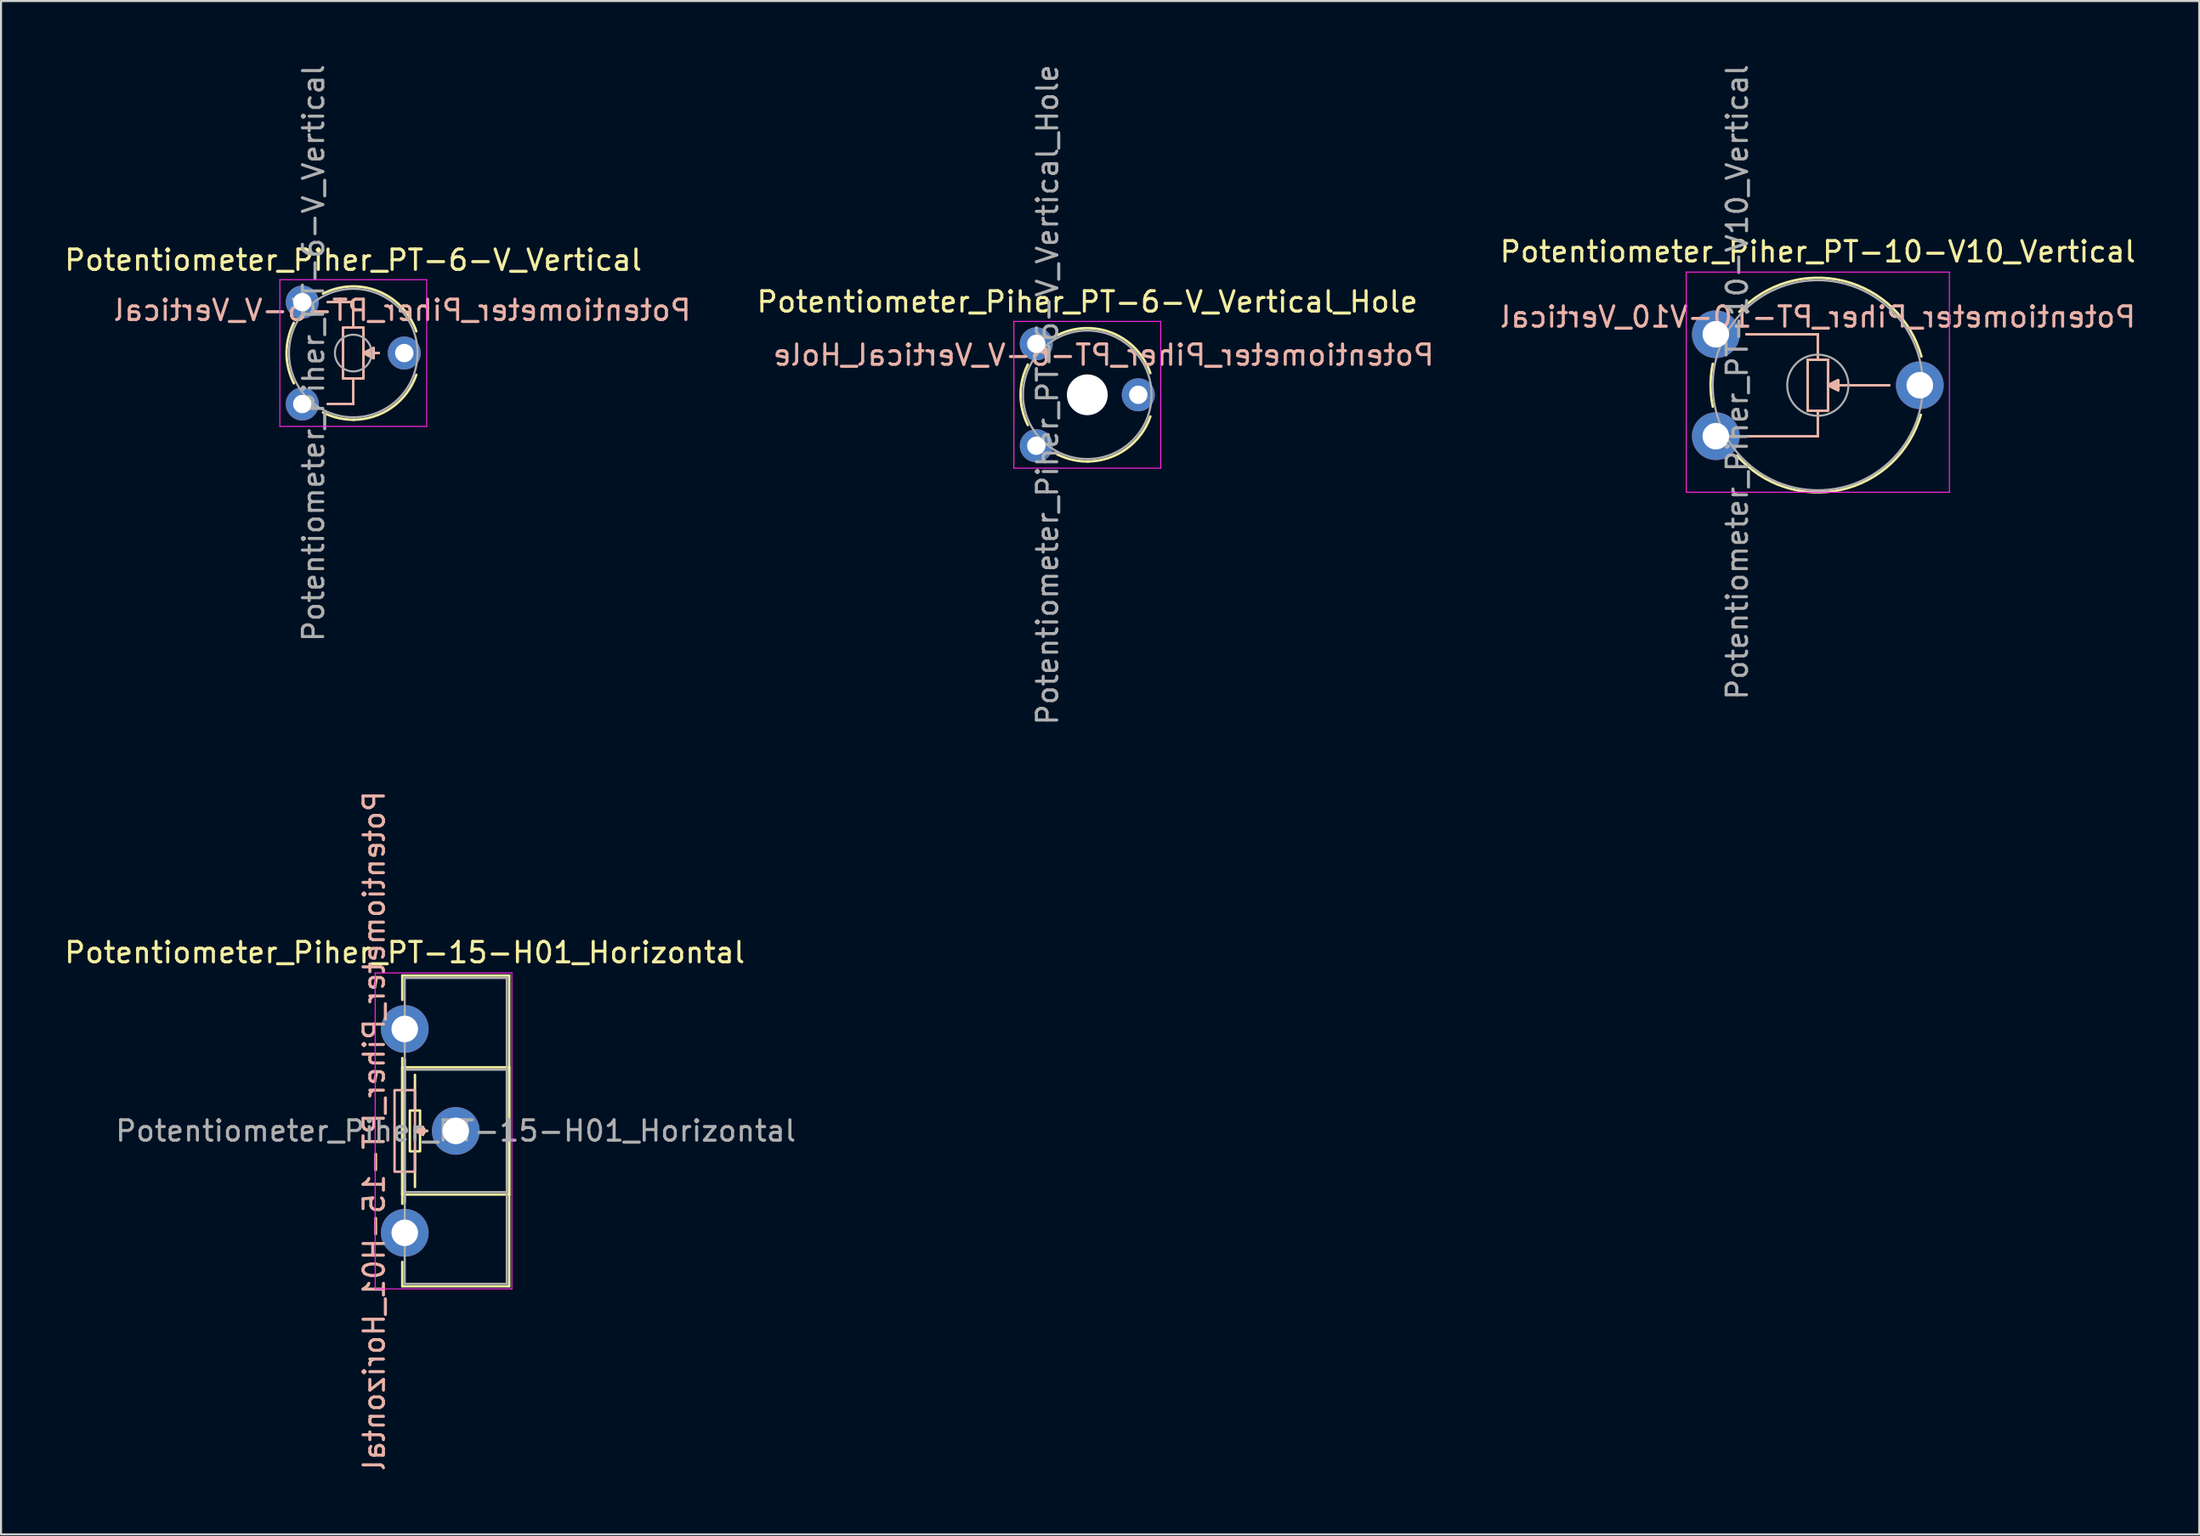
<source format=kicad_pcb>
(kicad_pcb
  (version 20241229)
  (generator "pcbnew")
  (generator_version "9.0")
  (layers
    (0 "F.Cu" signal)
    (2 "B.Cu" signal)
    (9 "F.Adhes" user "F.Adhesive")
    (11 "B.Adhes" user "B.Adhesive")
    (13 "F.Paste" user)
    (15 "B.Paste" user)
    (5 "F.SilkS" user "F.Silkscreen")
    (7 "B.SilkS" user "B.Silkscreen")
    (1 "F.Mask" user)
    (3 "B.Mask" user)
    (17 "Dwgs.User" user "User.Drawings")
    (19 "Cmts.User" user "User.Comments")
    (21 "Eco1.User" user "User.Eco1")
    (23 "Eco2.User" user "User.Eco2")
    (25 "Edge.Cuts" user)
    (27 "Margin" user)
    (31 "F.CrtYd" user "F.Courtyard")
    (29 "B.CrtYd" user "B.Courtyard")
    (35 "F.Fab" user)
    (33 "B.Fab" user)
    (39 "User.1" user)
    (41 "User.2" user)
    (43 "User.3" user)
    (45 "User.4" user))
  (footprint "Potentiometer_Piher_PT-10-V10_Vertical"
    (layer "F.Cu")
    (at 81.063 18.346)
    (property "Reference" "Potentiometer_Piher_PT-10-V10_Vertical" (at 5 -9.05 0) (layer "F.SilkS") (effects (font (size 1 1) (thickness 0.15))))
    (attr through_hole)
    (fp_line (start 5 -5) (end 1.5 -5) (stroke (width 0.12) (type solid)) (layer "F.SilkS"))
    (fp_line (start 5 -3.75) (end 5 -5) (stroke (width 0.12) (type solid)) (layer "F.SilkS"))
    (fp_line (start 5 -1.25) (end 5 0) (stroke (width 0.12) (type solid)) (layer "F.SilkS"))
    (fp_line (start 5 0) (end 1.5 0) (stroke (width 0.12) (type solid)) (layer "F.SilkS"))
    (fp_line (start 5.5 -2.5) (end 8.5 -2.5) (stroke (width 0.12) (type solid)) (layer "F.SilkS"))
    (fp_rect (start 4.5 -3.75) (end 5.5 -1.25) (stroke (width 0.12) (type solid)) (fill no) (layer "F.SilkS"))
    (fp_arc (start -0.15 -1.45) (mid -0.255949 -2.5) (end -0.15 -3.55) (stroke (width 0.12) (type solid)) (layer "F.SilkS"))
    (fp_arc (start 1.150001 -6.099999) (mid 6.256537 -7.618945) (end 10.079336 -3.908133) (stroke (width 0.12) (type solid)) (layer "F.SilkS"))
    (fp_arc (start 10.05 -1.05) (mid 6.142297 2.628368) (end 1.042826 0.956266) (stroke (width 0.12) (type solid)) (layer "F.SilkS"))
    (fp_poly (pts (xy 6 -2.25) (xy 5.5 -2.5) (xy 6 -2.75)) (stroke (width 0.12) (type solid)) (fill yes) (layer "F.SilkS"))
    (fp_line (start 1.5 -5) (end 5 -5) (stroke (width 0.12) (type solid)) (layer "B.SilkS"))
    (fp_line (start 1.5 0) (end 5 0) (stroke (width 0.12) (type solid)) (layer "B.SilkS"))
    (fp_line (start 5 -5) (end 5 -3.75) (stroke (width 0.12) (type solid)) (layer "B.SilkS"))
    (fp_line (start 5 0) (end 5 -1.25) (stroke (width 0.12) (type solid)) (layer "B.SilkS"))
    (fp_line (start 8.5 -2.5) (end 5.5 -2.5) (stroke (width 0.12) (type solid)) (layer "B.SilkS"))
    (fp_rect (start 4.5 -3.75) (end 5.5 -1.25) (stroke (width 0.12) (type solid)) (fill no) (layer "B.SilkS"))
    (fp_poly (pts (xy 6 -2.25) (xy 5.5 -2.5) (xy 6 -2.75)) (stroke (width 0.12) (type solid)) (fill yes) (layer "B.SilkS"))
    (fp_line (start -1.45 -8.05) (end -1.45 2.75) (stroke (width 0.05) (type solid)) (layer "F.CrtYd"))
    (fp_line (start -1.45 2.75) (end 11.45 2.75) (stroke (width 0.05) (type solid)) (layer "F.CrtYd"))
    (fp_line (start 11.45 -8.05) (end -1.45 -8.05) (stroke (width 0.05) (type solid)) (layer "F.CrtYd"))
    (fp_line (start 11.45 2.75) (end 11.45 -8.05) (stroke (width 0.05) (type solid)) (layer "F.CrtYd"))
    (fp_circle (center 5 -2.5) (end 6.5 -2.5) (stroke (width 0.1) (type solid)) (fill no) (layer "F.Fab"))
    (fp_circle (center 5 -2.5) (end 10.15 -2.5) (stroke (width 0.1) (type solid)) (fill no) (layer "F.Fab"))
    (fp_text user "${REFERENCE}" (at 5 -5.85 0) (unlocked yes) (layer "B.SilkS") (effects (font (size 1 1) (thickness 0.15)) (justify mirror)))
    (fp_text user "${REFERENCE}" (at 1.05 -2.65 90) (layer "F.Fab") (effects (font (size 1 1) (thickness 0.15))))
    (pad "1" thru_hole circle (at 0 0) (size 2.34 2.34) (drill 1.3) (layers "*.Cu" "*.Mask"))
    (pad "2" thru_hole circle (at 10 -2.5) (size 2.34 2.34) (drill 1.3) (layers "*.Cu" "*.Mask"))
    (pad "3" thru_hole circle (at 0 -5) (size 2.34 2.34) (drill 1.3) (layers "*.Cu" "*.Mask")))
  (footprint "Potentiometer_Piher_PT-6-V_Vertical_Hole"
    (layer "F.Cu")
    (at 47.751 18.815)
    (property "Reference" "Potentiometer_Piher_PT-6-V_Vertical_Hole" (at 2.5 -7.06 0) (layer "F.SilkS") (effects (font (size 1 1) (thickness 0.15))))
    (attr through_hole)
    (fp_arc (start -0.413387 -1.014798) (mid -0.770114 -2.499325) (end -0.414 -3.984) (stroke (width 0.12) (type solid)) (layer "F.SilkS"))
    (fp_arc (start 1.016032 -5.413829) (mid 3.725524 -5.531609) (end 5.592 -3.564) (stroke (width 0.12) (type solid)) (layer "F.SilkS"))
    (fp_arc (start 2.556863 0.770075) (mid 1.764071 0.686696) (end 1.015 0.414) (stroke (width 0.12) (type solid)) (layer "F.SilkS"))
    (fp_arc (start 5.591846 -1.435392) (mid 4.398899 0.162158) (end 2.5 0.77) (stroke (width 0.12) (type solid)) (layer "F.SilkS"))
    (fp_line (start -1.1 -6.1) (end -1.1 1.1) (stroke (width 0.05) (type solid)) (layer "F.CrtYd"))
    (fp_line (start -1.1 1.1) (end 6.1 1.1) (stroke (width 0.05) (type solid)) (layer "F.CrtYd"))
    (fp_line (start 6.1 -6.1) (end -1.1 -6.1) (stroke (width 0.05) (type solid)) (layer "F.CrtYd"))
    (fp_line (start 6.1 1.1) (end 6.1 -6.1) (stroke (width 0.05) (type solid)) (layer "F.CrtYd"))
    (fp_circle (center 2.5 -2.5) (end 5.65 -2.5) (stroke (width 0.1) (type solid)) (fill no) (layer "F.Fab"))
    (fp_text user "${REFERENCE}" (at 3.3 -4.45 0) (unlocked yes) (layer "B.SilkS") (effects (font (size 1 1) (thickness 0.15)) (justify mirror)))
    (fp_text user "${REFERENCE}" (at 0.55 -2.5 90) (layer "F.Fab") (effects (font (size 1 1) (thickness 0.15))))
    (pad "" np_thru_hole circle (at 2.5 -2.5) (size 2 2) (drill 2) (layers "*.Cu" "*.Mask"))
    (pad "1" thru_hole circle (at 0 0) (size 1.62 1.62) (drill 0.9) (layers "*.Cu" "*.Mask"))
    (pad "2" thru_hole circle (at 5 -2.5) (size 1.62 1.62) (drill 0.9) (layers "*.Cu" "*.Mask"))
    (pad "3" thru_hole circle (at 0 -5) (size 1.62 1.62) (drill 0.9) (layers "*.Cu" "*.Mask")))
  (footprint "Potentiometer_Piher_PT-6-V_Vertical"
    (layer "F.Cu")
    (at 11.768 16.768)
    (property "Reference" "Potentiometer_Piher_PT-6-V_Vertical" (at 2.5 -7.06 0) (layer "F.SilkS") (effects (font (size 1 1) (thickness 0.15))))
    (attr through_hole)
    (fp_line (start 2.5 -5) (end 1.25 -5) (stroke (width 0.12) (type solid)) (layer "F.SilkS"))
    (fp_line (start 2.5 -3.75) (end 2.5 -5) (stroke (width 0.12) (type solid)) (layer "F.SilkS"))
    (fp_line (start 2.5 -1.25) (end 2.5 0) (stroke (width 0.12) (type solid)) (layer "F.SilkS"))
    (fp_line (start 2.5 0) (end 1.25 0) (stroke (width 0.12) (type solid)) (layer "F.SilkS"))
    (fp_line (start 3 -2.5) (end 3.75 -2.5) (stroke (width 0.12) (type solid)) (layer "F.SilkS"))
    (fp_rect (start 2 -3.75) (end 3 -1.25) (stroke (width 0.12) (type solid)) (fill no) (layer "F.SilkS"))
    (fp_arc (start -0.413387 -1.014798) (mid -0.770114 -2.499325) (end -0.414 -3.984) (stroke (width 0.12) (type solid)) (layer "F.SilkS"))
    (fp_arc (start 1.016032 -5.413829) (mid 3.725524 -5.531609) (end 5.592 -3.564) (stroke (width 0.12) (type solid)) (layer "F.SilkS"))
    (fp_arc (start 2.556863 0.770075) (mid 1.764071 0.686696) (end 1.015 0.414) (stroke (width 0.12) (type solid)) (layer "F.SilkS"))
    (fp_arc (start 5.591846 -1.435392) (mid 4.398899 0.162158) (end 2.5 0.77) (stroke (width 0.12) (type solid)) (layer "F.SilkS"))
    (fp_poly (pts (xy 3.5 -2.25) (xy 3 -2.5) (xy 3.5 -2.75)) (stroke (width 0.12) (type solid)) (fill yes) (layer "F.SilkS"))
    (fp_line (start 1.25 -5) (end 2.5 -5) (stroke (width 0.12) (type solid)) (layer "B.SilkS"))
    (fp_line (start 1.25 0) (end 2.5 0) (stroke (width 0.12) (type solid)) (layer "B.SilkS"))
    (fp_line (start 2.5 -5) (end 2.5 -3.75) (stroke (width 0.12) (type solid)) (layer "B.SilkS"))
    (fp_line (start 2.5 0) (end 2.5 -1.25) (stroke (width 0.12) (type solid)) (layer "B.SilkS"))
    (fp_line (start 3.75 -2.5) (end 3 -2.5) (stroke (width 0.12) (type solid)) (layer "B.SilkS"))
    (fp_rect (start 2 -3.75) (end 3 -1.25) (stroke (width 0.12) (type solid)) (fill no) (layer "B.SilkS"))
    (fp_poly (pts (xy 3.5 -2.25) (xy 3 -2.5) (xy 3.5 -2.75)) (stroke (width 0.12) (type solid)) (fill yes) (layer "B.SilkS"))
    (fp_line (start -1.1 -6.1) (end -1.1 1.1) (stroke (width 0.05) (type solid)) (layer "F.CrtYd"))
    (fp_line (start -1.1 1.1) (end 6.1 1.1) (stroke (width 0.05) (type solid)) (layer "F.CrtYd"))
    (fp_line (start 6.1 -6.1) (end -1.1 -6.1) (stroke (width 0.05) (type solid)) (layer "F.CrtYd"))
    (fp_line (start 6.1 1.1) (end 6.1 -6.1) (stroke (width 0.05) (type solid)) (layer "F.CrtYd"))
    (fp_circle (center 2.5 -2.5) (end 3.4 -2.5) (stroke (width 0.1) (type solid)) (fill no) (layer "F.Fab"))
    (fp_circle (center 2.5 -2.5) (end 5.65 -2.5) (stroke (width 0.1) (type solid)) (fill no) (layer "F.Fab"))
    (fp_text user "${REFERENCE}" (at 4.9 -4.6 0) (unlocked yes) (layer "B.SilkS") (effects (font (size 1 1) (thickness 0.15)) (justify mirror)))
    (fp_text user "${REFERENCE}" (at 0.55 -2.5 90) (layer "F.Fab") (effects (font (size 1 1) (thickness 0.15))))
    (pad "1" thru_hole circle (at 0 0) (size 1.62 1.62) (drill 0.9) (layers "*.Cu" "*.Mask"))
    (pad "2" thru_hole circle (at 5 -2.5) (size 1.62 1.62) (drill 0.9) (layers "*.Cu" "*.Mask"))
    (pad "3" thru_hole circle (at 0 -5) (size 1.62 1.62) (drill 0.9) (layers "*.Cu" "*.Mask")))
  (footprint "Potentiometer_Piher_PT-15-H01_Horizontal"
    (layer "F.Cu")
    (at 16.792 47.423)
    (property "Reference" "Potentiometer_Piher_PT-15-H01_Horizontal" (at 0 -3.75 0) (layer "F.SilkS") (effects (font (size 1 1) (thickness 0.15))))
    (attr through_hole)
    (fp_line (start -0.121 -2.62) (end -0.121 -1.426) (stroke (width 0.12) (type solid)) (layer "F.SilkS"))
    (fp_line (start -0.121 -2.62) (end 5.12 -2.62) (stroke (width 0.12) (type solid)) (layer "F.SilkS"))
    (fp_line (start -0.121 1.426) (end -0.121 8.575) (stroke (width 0.12) (type solid)) (layer "F.SilkS"))
    (fp_line (start -0.121 1.88) (end -0.121 8.121) (stroke (width 0.12) (type solid)) (layer "F.SilkS"))
    (fp_line (start -0.121 1.88) (end 5.12 1.88) (stroke (width 0.12) (type solid)) (layer "F.SilkS"))
    (fp_line (start -0.121 8.121) (end 5.12 8.121) (stroke (width 0.12) (type solid)) (layer "F.SilkS"))
    (fp_line (start -0.121 11.425) (end -0.121 12.62) (stroke (width 0.12) (type solid)) (layer "F.SilkS"))
    (fp_line (start -0.121 12.62) (end 5.12 12.62) (stroke (width 0.12) (type solid)) (layer "F.SilkS"))
    (fp_line (start 0.5 4) (end 0.5 2.25) (stroke (width 0.12) (type solid)) (layer "F.SilkS"))
    (fp_line (start 0.5 6) (end 0.5 7.75) (stroke (width 0.12) (type solid)) (layer "F.SilkS"))
    (fp_line (start 1.1 5) (end 0.75 5) (stroke (width 0.12) (type solid)) (layer "F.SilkS"))
    (fp_line (start 5.12 -2.62) (end 5.12 12.62) (stroke (width 0.12) (type solid)) (layer "F.SilkS"))
    (fp_line (start 5.12 1.88) (end 5.12 8.121) (stroke (width 0.12) (type solid)) (layer "F.SilkS"))
    (fp_rect (start 0.25 4) (end 0.75 6) (stroke (width 0.12) (type solid)) (fill no) (layer "F.SilkS"))
    (fp_poly (pts (xy 0.95 5.1) (xy 0.75 5) (xy 0.95 4.9)) (stroke (width 0.12) (type solid)) (fill yes) (layer "F.SilkS"))
    (fp_line (start 0 3) (end 0 1.5) (stroke (width 0.12) (type solid)) (layer "B.SilkS"))
    (fp_line (start 0 7) (end 0 8.5) (stroke (width 0.12) (type solid)) (layer "B.SilkS"))
    (fp_line (start 1.1 5) (end 0.5 5) (stroke (width 0.12) (type solid)) (layer "B.SilkS"))
    (fp_rect (start -0.5 3) (end 0.5 7) (stroke (width 0.12) (type solid)) (fill no) (layer "B.SilkS"))
    (fp_poly (pts (xy 0.9 5.2) (xy 0.5 5) (xy 0.9 4.8)) (stroke (width 0.12) (type solid)) (fill yes) (layer "B.SilkS"))
    (fp_line (start -1.45 -2.75) (end -1.45 12.75) (stroke (width 0.05) (type solid)) (layer "F.CrtYd"))
    (fp_line (start -1.45 12.75) (end 5.25 12.75) (stroke (width 0.05) (type solid)) (layer "F.CrtYd"))
    (fp_line (start 5.25 -2.75) (end -1.45 -2.75) (stroke (width 0.05) (type solid)) (layer "F.CrtYd"))
    (fp_line (start 5.25 12.75) (end 5.25 -2.75) (stroke (width 0.05) (type solid)) (layer "F.CrtYd"))
    (fp_line (start 0 -2.5) (end 5 -2.5) (stroke (width 0.1) (type solid)) (layer "F.Fab"))
    (fp_line (start 0 2) (end 0 8) (stroke (width 0.1) (type solid)) (layer "F.Fab"))
    (fp_line (start 0 8) (end 5 8) (stroke (width 0.1) (type solid)) (layer "F.Fab"))
    (fp_line (start 0 12.5) (end 0 -2.5) (stroke (width 0.1) (type solid)) (layer "F.Fab"))
    (fp_line (start 5 -2.5) (end 5 12.5) (stroke (width 0.1) (type solid)) (layer "F.Fab"))
    (fp_line (start 5 2) (end 0 2) (stroke (width 0.1) (type solid)) (layer "F.Fab"))
    (fp_line (start 5 8) (end 5 2) (stroke (width 0.1) (type solid)) (layer "F.Fab"))
    (fp_line (start 5 12.5) (end 0 12.5) (stroke (width 0.1) (type solid)) (layer "F.Fab"))
    (fp_text user "${REFERENCE}" (at -1.5 5 90) (unlocked yes) (layer "B.SilkS") (effects (font (size 1 1) (thickness 0.15)) (justify mirror)))
    (fp_text user "${REFERENCE}" (at 2.5 5 0) (layer "F.Fab") (effects (font (size 1 1) (thickness 0.15))))
    (pad "1" thru_hole circle (at 0 0) (size 2.34 2.34) (drill 1.3) (layers "*.Cu" "*.Mask"))
    (pad "2" thru_hole circle (at 2.5 5) (size 2.34 2.34) (drill 1.3) (layers "*.Cu" "*.Mask"))
    (pad "3" thru_hole circle (at 0 10) (size 2.34 2.34) (drill 1.3) (layers "*.Cu" "*.Mask")))
  (gr_rect
    (start -3 -3)
    (end 104.76 72.214)
    (stroke (width 0.1) (type default))
    (fill no)
    (layer "Edge.Cuts")))
</source>
